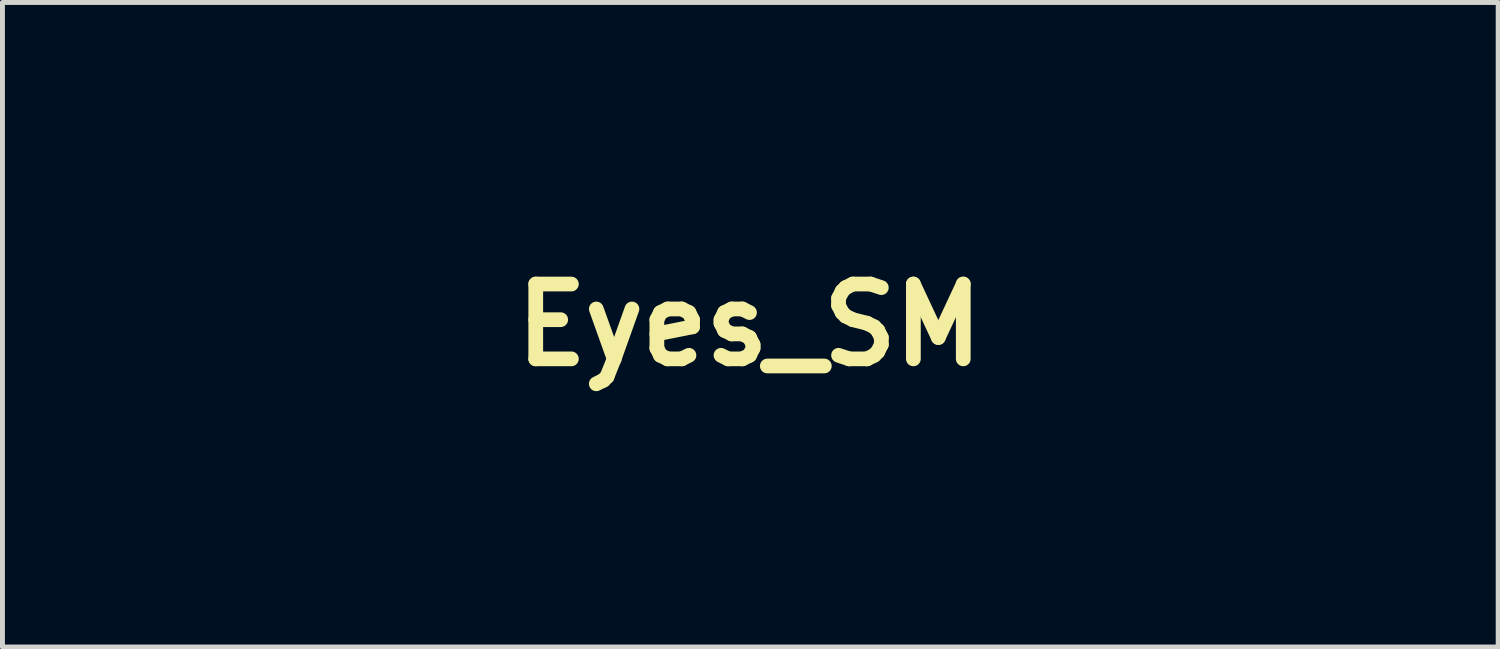
<source format=kicad_pcb>
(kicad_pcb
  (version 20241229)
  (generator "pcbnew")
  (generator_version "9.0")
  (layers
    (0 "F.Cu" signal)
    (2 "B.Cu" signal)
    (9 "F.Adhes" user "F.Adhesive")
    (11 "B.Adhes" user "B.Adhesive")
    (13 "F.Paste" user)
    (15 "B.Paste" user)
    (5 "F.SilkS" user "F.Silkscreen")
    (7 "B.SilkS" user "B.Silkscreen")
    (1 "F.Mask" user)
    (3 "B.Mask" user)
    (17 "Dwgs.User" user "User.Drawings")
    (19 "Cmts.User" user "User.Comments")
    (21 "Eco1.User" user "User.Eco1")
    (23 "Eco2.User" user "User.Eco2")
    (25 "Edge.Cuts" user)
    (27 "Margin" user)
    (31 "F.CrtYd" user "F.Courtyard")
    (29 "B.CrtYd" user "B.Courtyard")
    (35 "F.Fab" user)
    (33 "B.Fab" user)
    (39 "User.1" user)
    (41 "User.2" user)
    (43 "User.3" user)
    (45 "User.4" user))
  (footprint "Eyes_SM"
    (layer "F.Cu")
    (at 12.218 3.571)
    (property "Reference" "Eyes_SM" (at 0 0 0) (layer "F.SilkS") (effects (font (size 1.524 1.524) (thickness 0.3))))
    (attr board_only exclude_from_pos_files exclude_from_bom)
    (fp_poly (pts (xy 7.671 -1.016) (xy 4.648 -0.051) (xy 4.978 -0.559) (xy 6.071 -2.388)) (stroke (width 0.12) (type solid)) (fill yes) (layer "F.Mask"))
    (fp_poly (pts (xy -8.814 -1.6) (xy -8.89 -1.067) (xy -10.185 -0.94) (xy -10.16 -1.041) (xy -9.718 -1.6) (xy -9.246 -1.88)) (stroke (width 0.12) (type solid)) (fill yes) (layer "F.Mask"))
    (fp_poly (pts (xy 8.314 -3.562) (xy 8.965 -3.475) (xy 9.576 -3.292) (xy 10.163 -3.003) (xy 10.745 -2.599) (xy 11.34 -2.072) (xy 11.41 -2.002) (xy 11.691 -1.719) (xy 11.888 -1.507) (xy 12.021 -1.341) (xy 12.105 -1.198) (xy 12.159 -1.055) (xy 12.184 -0.961) (xy 12.251 -0.415) (xy 12.204 0.153) (xy 12.05 0.696) (xy 11.988 0.838) (xy 11.696 1.303) (xy 11.283 1.744) (xy 10.764 2.152) (xy 10.155 2.515) (xy 9.471 2.822) (xy 8.728 3.064) (xy 8.708 3.069) (xy 8.4 3.144) (xy 8.115 3.198) (xy 7.814 3.235) (xy 7.459 3.258) (xy 7.012 3.274) (xy 6.918 3.276) (xy 6.385 3.283) (xy 5.965 3.273) (xy 5.636 3.246) (xy 5.378 3.202) (xy 4.911 3.064) (xy 4.452 2.87) (xy 4.05 2.642) (xy 3.823 2.472) (xy 3.554 2.175) (xy 3.386 1.837) (xy 3.317 1.442) (xy 3.343 0.976) (xy 3.462 0.423) (xy 3.477 0.369) (xy 3.777 -0.484) (xy 4.085 -1.084) (xy 5.588 -1.084) (xy 5.611 -1.03) (xy 5.715 -0.987) (xy 5.922 -0.998) (xy 6.213 -1.06) (xy 6.384 -1.11) (xy 6.544 -1.184) (xy 6.603 -1.296) (xy 6.608 -1.365) (xy 6.565 -1.545) (xy 6.461 -1.732) (xy 6.452 -1.743) (xy 6.297 -1.937) (xy 5.971 -1.689) (xy 5.736 -1.471) (xy 5.605 -1.263) (xy 5.588 -1.084) (xy 4.085 -1.084) (xy 4.164 -1.238) (xy 4.635 -1.888) (xy 4.761 -2.028) (xy 5.364 -2.598) (xy 5.988 -3.034) (xy 6.641 -3.339) (xy 7.329 -3.517) (xy 8.061 -3.571)) (stroke (width 0) (type solid)) (fill yes) (layer "F.Mask"))
    (fp_poly (pts (xy -7.563 -3.258) (xy -7.161 -3.235) (xy -6.848 -3.196) (xy -6.746 -3.176) (xy -6.07 -2.938) (xy -5.442 -2.58) (xy -4.877 -2.115) (xy -4.392 -1.555) (xy -4.009 -0.929) (xy -3.832 -0.534) (xy -3.668 -0.095) (xy -3.525 0.36) (xy -3.411 0.804) (xy -3.332 1.21) (xy -3.294 1.55) (xy -3.306 1.796) (xy -3.313 1.824) (xy -3.437 2.065) (xy -3.671 2.33) (xy -3.991 2.602) (xy -4.377 2.864) (xy -4.804 3.101) (xy -5.251 3.297) (xy -5.472 3.374) (xy -5.964 3.486) (xy -6.539 3.548) (xy -7.153 3.559) (xy -7.758 3.519) (xy -8.244 3.44) (xy -8.966 3.245) (xy -9.659 2.983) (xy -10.288 2.67) (xy -10.806 2.33) (xy -11.105 2.074) (xy -11.41 1.77) (xy -11.691 1.451) (xy -11.914 1.153) (xy -12.019 0.977) (xy -12.115 0.773) (xy -12.174 0.593) (xy -12.205 0.391) (xy -12.217 0.121) (xy -12.218 -0.069) (xy -12.213 -0.398) (xy -12.193 -0.635) (xy -12.149 -0.826) (xy -12.08 -0.997) (xy -10.05 -0.997) (xy -9.989 -0.975) (xy -9.832 -0.976) (xy -9.619 -0.996) (xy -9.387 -1.03) (xy -9.176 -1.073) (xy -9.025 -1.121) (xy -9.018 -1.124) (xy -8.859 -1.256) (xy -8.829 -1.433) (xy -8.91 -1.621) (xy -9.068 -1.756) (xy -9.274 -1.784) (xy -9.499 -1.713) (xy -9.718 -1.552) (xy -9.903 -1.309) (xy -9.906 -1.305) (xy -9.995 -1.135) (xy -10.045 -1.017) (xy -10.05 -0.997) (xy -12.08 -0.997) (xy -12.072 -1.017) (xy -12.029 -1.108) (xy -11.779 -1.496) (xy -11.417 -1.887) (xy -10.969 -2.262) (xy -10.458 -2.604) (xy -9.91 -2.892) (xy -9.465 -3.071) (xy -9.212 -3.152) (xy -8.99 -3.207) (xy -8.758 -3.24) (xy -8.475 -3.257) (xy -8.103 -3.264) (xy -8.019 -3.265)) (stroke (width 0) (type solid)) (fill yes) (layer "F.Mask")))
  (gr_rect
    (start -3 -3)
    (end 27.469 10.13)
    (stroke (width 0.1) (type default))
    (fill no)
    (layer "Edge.Cuts")))
</source>
